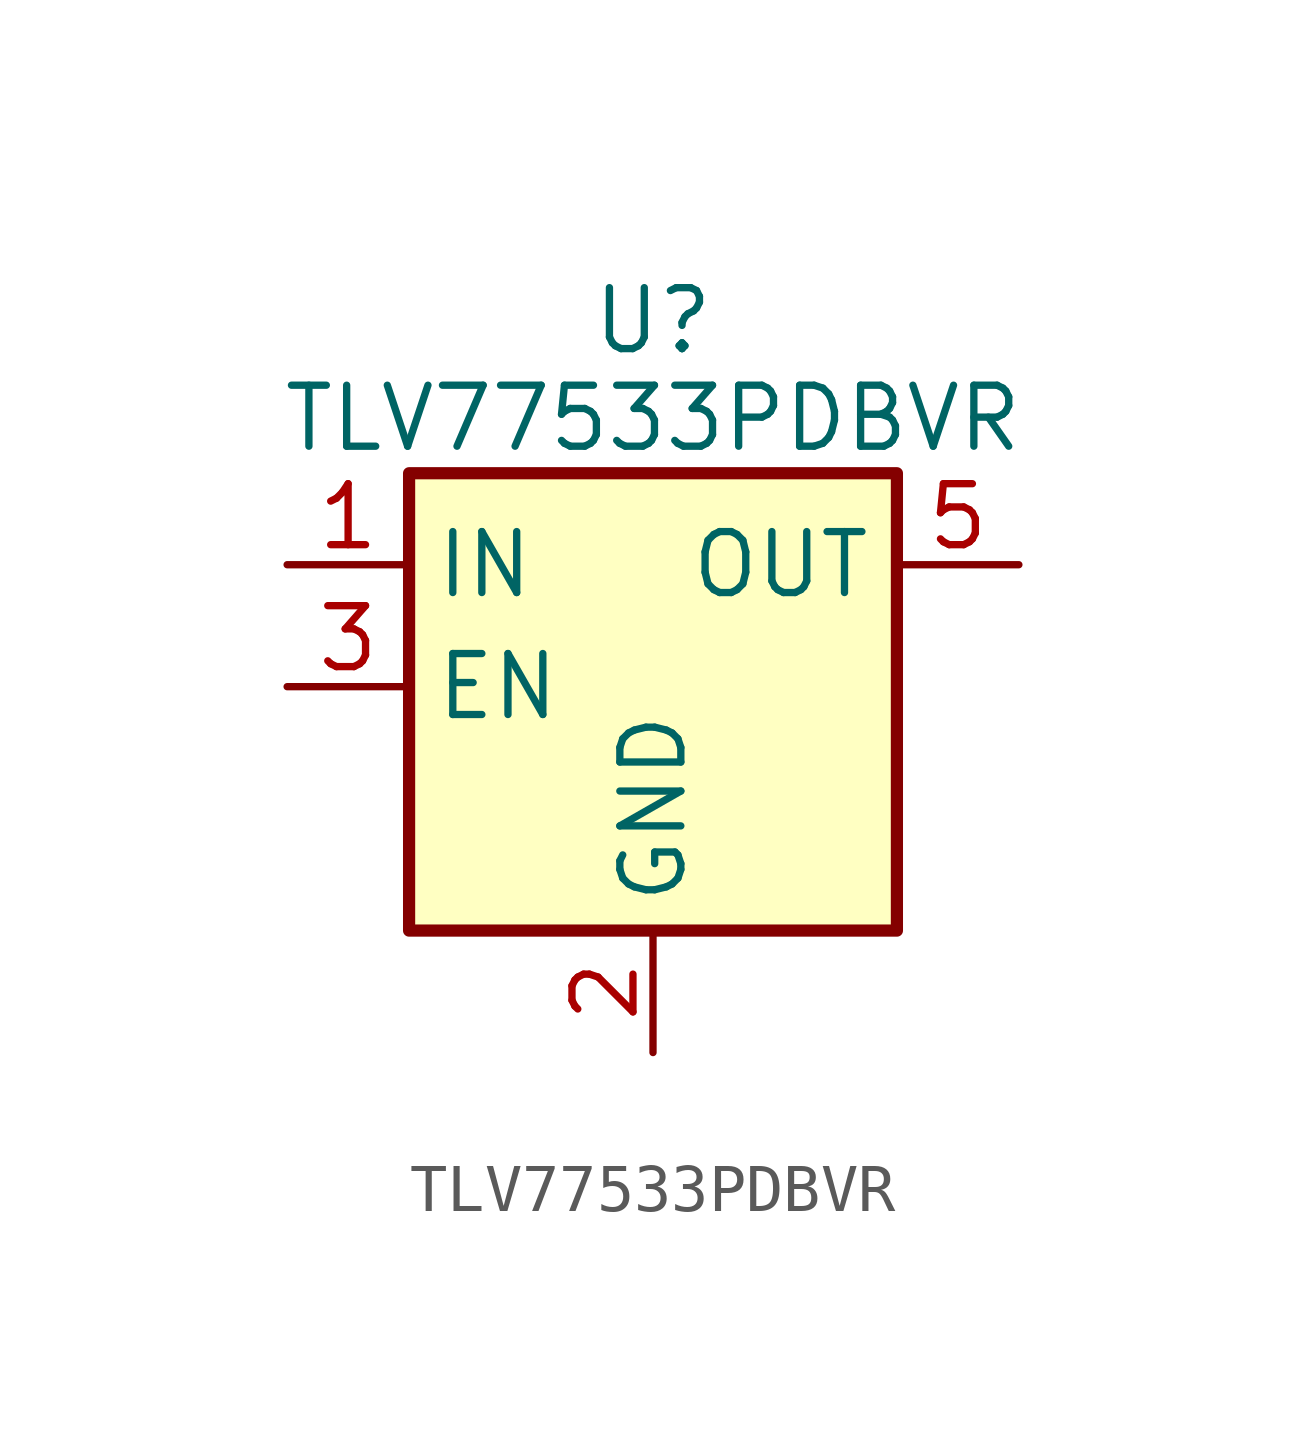
<source format=kicad_sym>
(kicad_symbol_lib
  (version 20241209)
  (generator "kicad_symbol_editor")
  (generator_version "9.0")
  (symbol "TLV77533PDBVR"
    (property "Reference" "U"
      (at 0 0 0)
      (effects (font (size 1.27 1.27))))
    (symbol "TLV77533PDBVR_0_1"
      (rectangle (start -5.08 -3.175) (end 5.08 -12.7) (stroke (width 0.254) (type default)) (fill (type background))))
    (symbol "TLV77533PDBVR_1_1"
      (text "TLV77533PDBVR" (at 0 -2.032 0) (effects (font (size 1.27 1.27) (color 0 100 100 1))))
      (pin power_in line (at -7.62 -5.08 0) (length 2.54) (name "IN" (effects (font (size 1.27 1.27)))) (number "1" (effects (font (size 1.27 1.27)))))
      (pin input line (at -7.62 -7.62 0) (length 2.54) (name "EN" (effects (font (size 1.27 1.27)))) (number "3" (effects (font (size 1.27 1.27)))))
      (pin power_in line (at 0 -15.24 90) (length 2.54) (name "GND" (effects (font (size 1.27 1.27)))) (number "2" (effects (font (size 1.27 1.27)))))
      (pin passive line (at 0 -15.24 90) (length 2.54) (hide yes) (name "NC" (effects (font (size 1.27 1.27)))) (number "4" (effects (font (size 1.27 1.27)))))
      (pin power_out line (at 7.62 -5.08 180) (length 2.54) (name "OUT" (effects (font (size 1.27 1.27)))) (number "5" (effects (font (size 1.27 1.27))))))))
</source>
